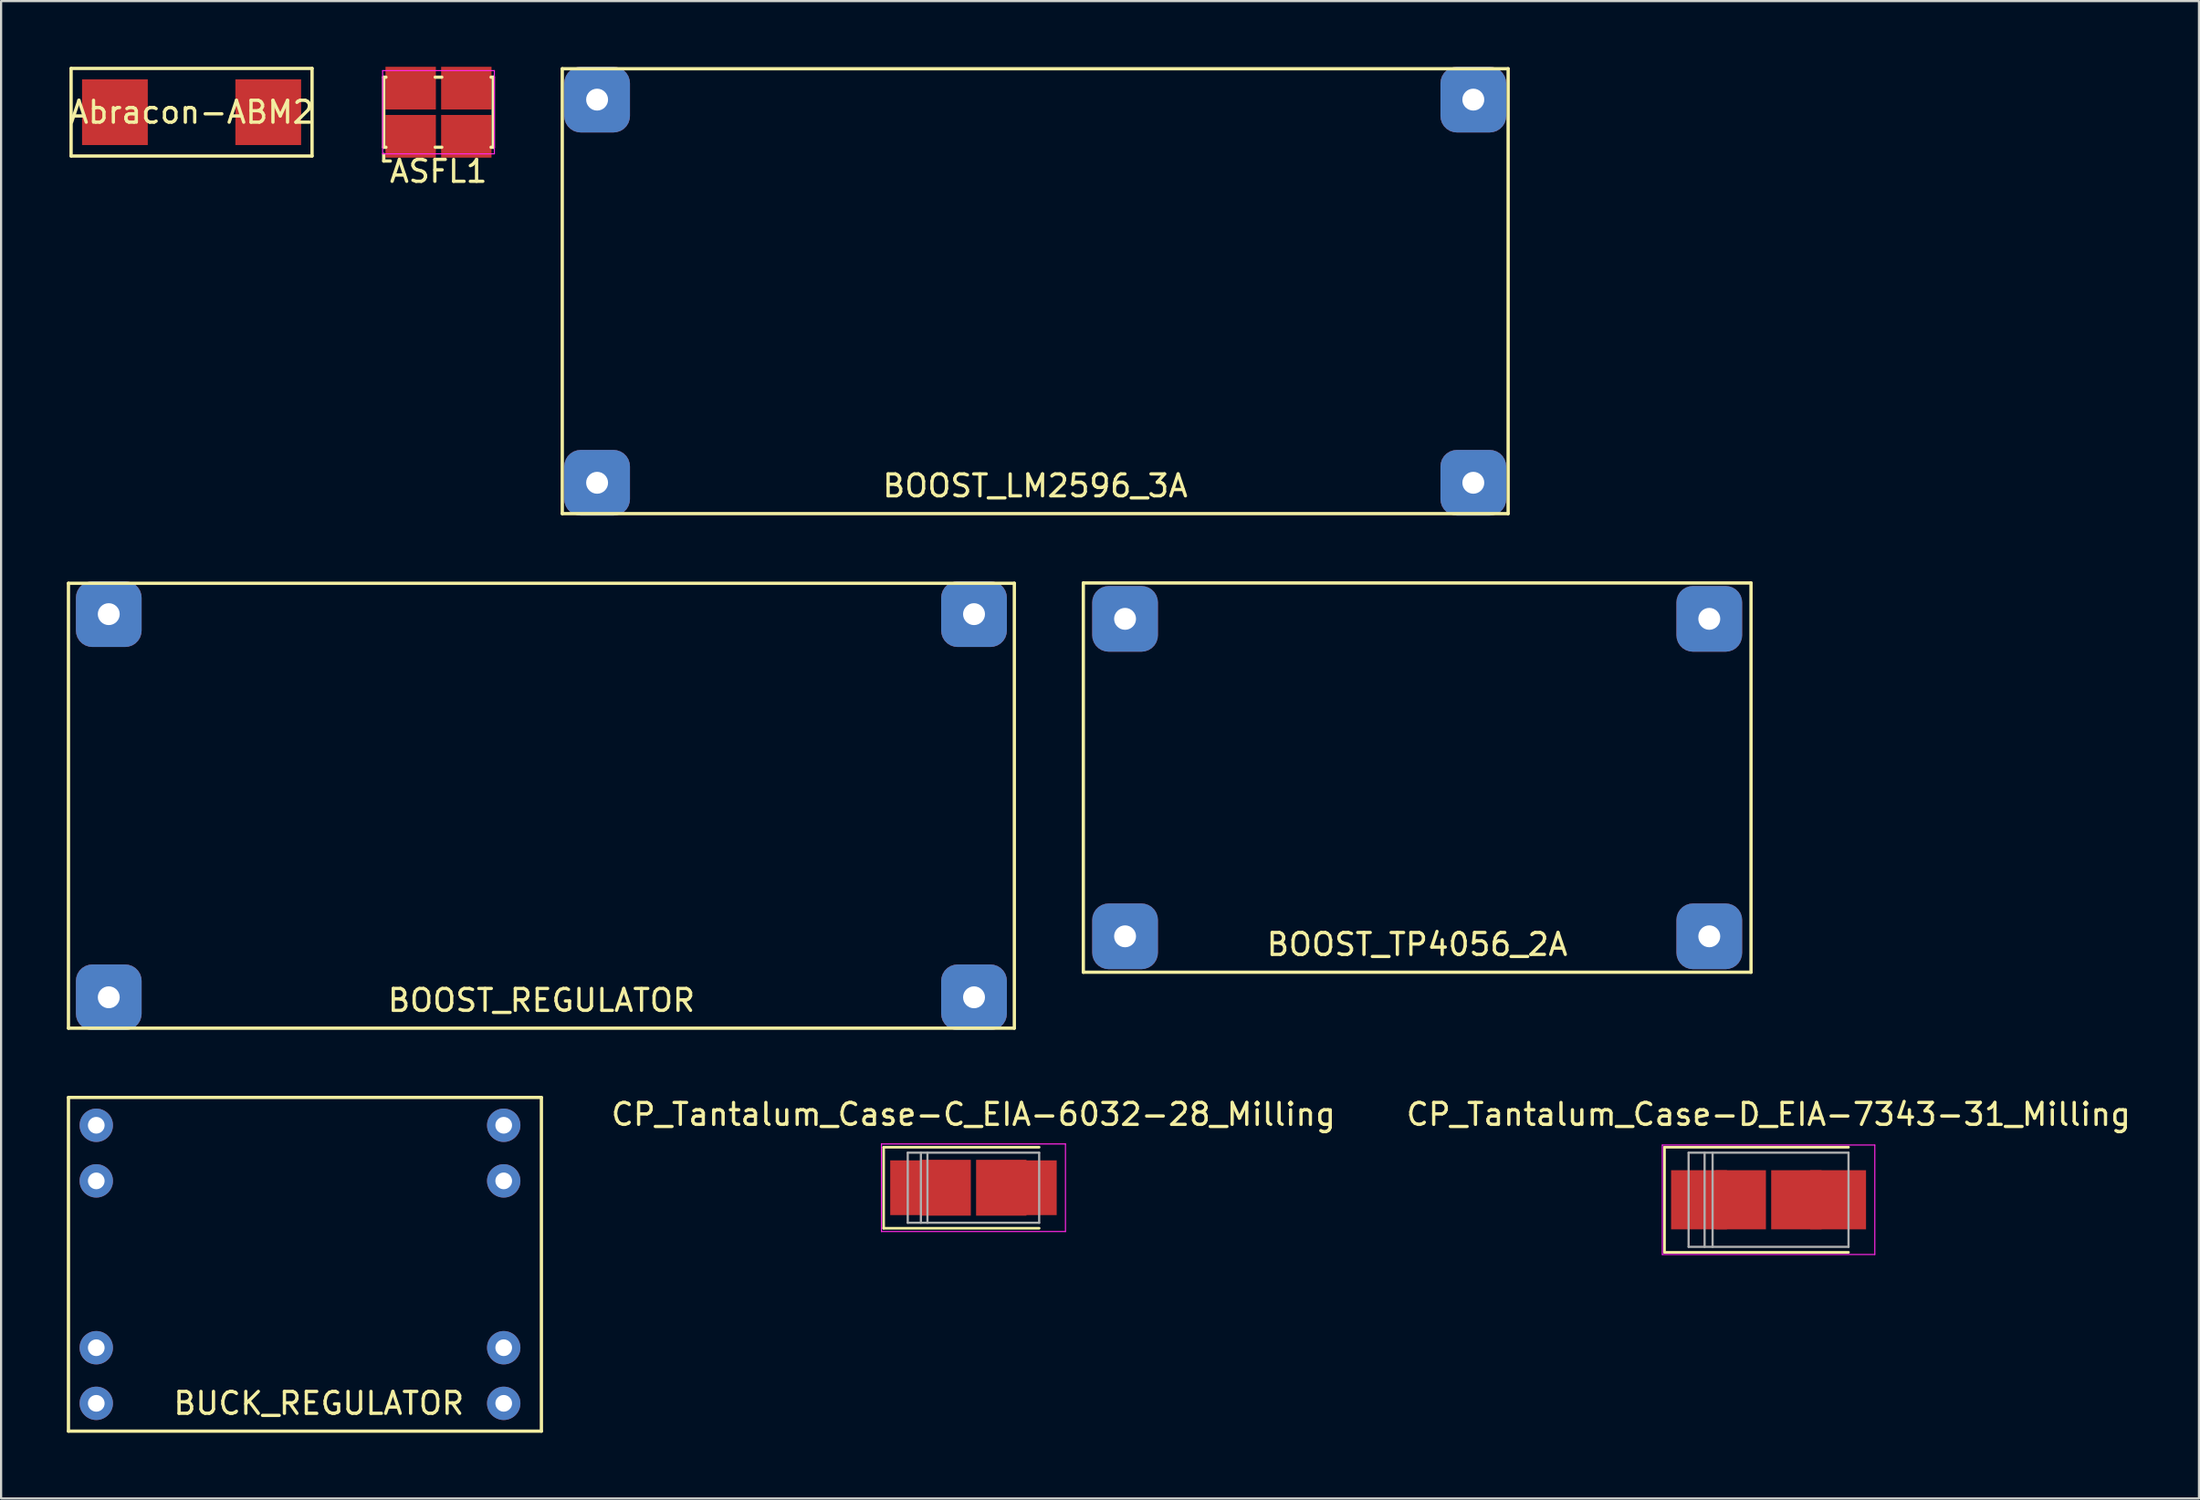
<source format=kicad_pcb>
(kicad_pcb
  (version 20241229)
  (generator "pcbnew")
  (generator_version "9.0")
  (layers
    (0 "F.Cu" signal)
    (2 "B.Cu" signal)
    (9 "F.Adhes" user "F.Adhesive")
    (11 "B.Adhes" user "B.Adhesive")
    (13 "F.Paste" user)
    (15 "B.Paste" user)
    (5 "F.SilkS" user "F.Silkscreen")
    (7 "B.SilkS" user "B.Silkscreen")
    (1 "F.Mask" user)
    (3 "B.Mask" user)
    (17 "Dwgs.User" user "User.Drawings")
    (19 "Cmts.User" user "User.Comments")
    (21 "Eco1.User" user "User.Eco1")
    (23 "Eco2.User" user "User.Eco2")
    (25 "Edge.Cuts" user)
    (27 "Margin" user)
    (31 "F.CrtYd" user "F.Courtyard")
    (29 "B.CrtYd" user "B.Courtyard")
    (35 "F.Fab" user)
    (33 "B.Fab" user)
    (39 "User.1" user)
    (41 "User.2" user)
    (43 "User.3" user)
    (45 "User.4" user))
  (footprint "BOOST_LM2596_3A"
    (layer "F.Cu")
    (at 44.208 10.25)
    (property "Reference" "BOOST_LM2596_3A" (at 0 8.89 0) (layer "F.SilkS") (effects (font (size 1 1) (thickness 0.15))))
    (attr through_hole)
    (fp_line (start -21.59 -10.16) (end 21.59 -10.16) (stroke (width 0.15) (type solid)) (layer "F.SilkS"))
    (fp_line (start -21.59 10.16) (end -21.59 -10.16) (stroke (width 0.15) (type solid)) (layer "F.SilkS"))
    (fp_line (start 21.59 -10.16) (end 21.59 10.16) (stroke (width 0.15) (type solid)) (layer "F.SilkS"))
    (fp_line (start 21.59 10.16) (end -21.59 10.16) (stroke (width 0.15) (type solid)) (layer "F.SilkS"))
    (pad "1" thru_hole roundrect (at -20 -8.75) (size 3 3) (drill 1) (layers "*.Cu" "*.Mask") (roundrect_rratio 0.25))
    (pad "2" thru_hole roundrect (at -20 8.75) (size 3 3) (drill 1) (layers "*.Cu" "*.Mask") (roundrect_rratio 0.25))
    (pad "3" thru_hole roundrect (at 20 -8.75) (size 3 3) (drill 1) (layers "*.Cu" "*.Mask") (roundrect_rratio 0.25))
    (pad "4" thru_hole roundrect (at 20 8.75) (size 3 3) (drill 1) (layers "*.Cu" "*.Mask") (roundrect_rratio 0.25)))
  (footprint "Abracon-ABM2"
    (layer "F.Cu")
    (at 5.696 2.075)
    (property "Reference" "Abracon-ABM2" (at 0 0 0) (layer "F.SilkS") (effects (font (size 1 1) (thickness 0.15))))
    (attr through_hole)
    (fp_line (start -5.5 -2) (end 5.5 -2) (stroke (width 0.15) (type solid)) (layer "F.SilkS"))
    (fp_line (start -5.5 2) (end -5.5 -2) (stroke (width 0.15) (type solid)) (layer "F.SilkS"))
    (fp_line (start 5.5 -2) (end 5.5 2) (stroke (width 0.15) (type solid)) (layer "F.SilkS"))
    (fp_line (start 5.5 2) (end -5.5 2) (stroke (width 0.15) (type solid)) (layer "F.SilkS"))
    (pad "1" smd rect (at -3.5 0) (size 3 3) (layers "F.Cu" "F.Mask" "F.Paste"))
    (pad "2" smd rect (at 3.5 0) (size 3 3) (layers "F.Cu" "F.Mask" "F.Paste")))
  (footprint "BUCK_REGULATOR"
    (layer "F.Cu")
    (at 1.345 48.345)
    (property "Reference" "BUCK_REGULATOR" (at 10.16 12.7 0) (layer "F.SilkS") (effects (font (size 1 1) (thickness 0.15))))
    (attr through_hole)
    (fp_line (start -1.27 -1.27) (end 20.32 -1.27) (stroke (width 0.15) (type solid)) (layer "F.SilkS"))
    (fp_line (start -1.27 13.97) (end -1.27 -1.27) (stroke (width 0.15) (type solid)) (layer "F.SilkS"))
    (fp_line (start 20.32 -1.27) (end 20.32 13.97) (stroke (width 0.15) (type solid)) (layer "F.SilkS"))
    (fp_line (start 20.32 13.97) (end -1.27 13.97) (stroke (width 0.15) (type solid)) (layer "F.SilkS"))
    (pad "1" thru_hole circle (at 0 0) (size 1.524 1.524) (drill 0.762) (layers "*.Cu" "*.Mask"))
    (pad "1" thru_hole circle (at 0 2.54) (size 1.524 1.524) (drill 0.762) (layers "*.Cu" "*.Mask"))
    (pad "2" thru_hole circle (at 0 10.16) (size 1.524 1.524) (drill 0.762) (layers "*.Cu" "*.Mask"))
    (pad "2" thru_hole circle (at 0 12.7) (size 1.524 1.524) (drill 0.762) (layers "*.Cu" "*.Mask"))
    (pad "3" thru_hole circle (at 18.6 0) (size 1.524 1.524) (drill 0.762) (layers "*.Cu" "*.Mask"))
    (pad "3" thru_hole circle (at 18.6 2.54) (size 1.524 1.524) (drill 0.762) (layers "*.Cu" "*.Mask"))
    (pad "4" thru_hole circle (at 18.6 10.16) (size 1.524 1.524) (drill 0.762) (layers "*.Cu" "*.Mask"))
    (pad "4" thru_hole circle (at 18.6 12.7) (size 1.524 1.524) (drill 0.762) (layers "*.Cu" "*.Mask")))
  (footprint "BOOST_TP4056_2A"
    (layer "F.Cu")
    (at 61.645 32.465)
    (property "Reference" "BOOST_TP4056_2A" (at 0 7.62 0) (layer "F.SilkS") (effects (font (size 1 1) (thickness 0.15))))
    (attr through_hole)
    (fp_line (start -15.24 -8.89) (end 15.24 -8.89) (stroke (width 0.15) (type solid)) (layer "F.SilkS"))
    (fp_line (start -15.24 8.89) (end -15.24 -8.89) (stroke (width 0.15) (type solid)) (layer "F.SilkS"))
    (fp_line (start 15.24 -8.89) (end 15.24 8.89) (stroke (width 0.15) (type solid)) (layer "F.SilkS"))
    (fp_line (start 15.24 8.89) (end -15.24 8.89) (stroke (width 0.15) (type solid)) (layer "F.SilkS"))
    (pad "1" thru_hole roundrect (at -13.335 -7.25) (size 3 3) (drill 1) (layers "*.Cu" "*.Mask") (roundrect_rratio 0.25))
    (pad "2" thru_hole roundrect (at -13.335 7.25) (size 3 3) (drill 1) (layers "*.Cu" "*.Mask") (roundrect_rratio 0.25))
    (pad "3" thru_hole roundrect (at 13.335 -7.25) (size 3 3) (drill 1) (layers "*.Cu" "*.Mask") (roundrect_rratio 0.25))
    (pad "4" thru_hole roundrect (at 13.335 7.25) (size 3 3) (drill 1) (layers "*.Cu" "*.Mask") (roundrect_rratio 0.25)))
  (footprint "CP_Tantalum_Case-C_EIA-6032-28_Milling"
    (layer "F.Cu")
    (at 41.389 51.198)
    (property "Reference" "CP_Tantalum_Case-C_EIA-6032-28_Milling" (at 0 -3.35 0) (layer "F.SilkS") (effects (font (size 1 1) (thickness 0.15))))
    (attr smd)
    (fp_line (start -4.1 -1.85) (end -4.1 1.85) (stroke (width 0.12) (type solid)) (layer "F.SilkS"))
    (fp_line (start -4.1 -1.85) (end 3 -1.85) (stroke (width 0.12) (type solid)) (layer "F.SilkS"))
    (fp_line (start -4.1 1.85) (end 3 1.85) (stroke (width 0.12) (type solid)) (layer "F.SilkS"))
    (fp_line (start -4.2 -2) (end -4.2 2) (stroke (width 0.05) (type solid)) (layer "F.CrtYd"))
    (fp_line (start -4.2 2) (end 4.2 2) (stroke (width 0.05) (type solid)) (layer "F.CrtYd"))
    (fp_line (start 4.2 -2) (end -4.2 -2) (stroke (width 0.05) (type solid)) (layer "F.CrtYd"))
    (fp_line (start 4.2 2) (end 4.2 -2) (stroke (width 0.05) (type solid)) (layer "F.CrtYd"))
    (fp_line (start -3 -1.6) (end -3 1.6) (stroke (width 0.1) (type solid)) (layer "F.Fab"))
    (fp_line (start -3 1.6) (end 3 1.6) (stroke (width 0.1) (type solid)) (layer "F.Fab"))
    (fp_line (start -2.4 -1.6) (end -2.4 1.6) (stroke (width 0.1) (type solid)) (layer "F.Fab"))
    (fp_line (start -2.1 -1.6) (end -2.1 1.6) (stroke (width 0.1) (type solid)) (layer "F.Fab"))
    (fp_line (start 3 -1.6) (end -3 -1.6) (stroke (width 0.1) (type solid)) (layer "F.Fab"))
    (fp_line (start 3 1.6) (end 3 -1.6) (stroke (width 0.1) (type solid)) (layer "F.Fab"))
    (pad "1" smd rect (at -2.525 0) (size 2.55 2.5) (layers "F.Cu" "F.Mask" "F.Paste"))
    (pad "1" smd rect (at -1.27 0) (size 2.3 2.55) (layers "F.Cu" "F.Mask" "F.Paste"))
    (pad "2" smd rect (at 1.27 0) (size 2.3 2.55) (layers "F.Cu" "F.Mask" "F.Paste"))
    (pad "2" smd rect (at 2.525 0) (size 2.55 2.5) (layers "F.Cu" "F.Mask" "F.Paste")))
  (footprint "BOOST_REGULATOR"
    (layer "F.Cu")
    (at 21.665 33.75)
    (property "Reference" "BOOST_REGULATOR" (at 0 8.89 0) (layer "F.SilkS") (effects (font (size 1 1) (thickness 0.15))))
    (attr through_hole)
    (fp_line (start -21.59 -10.16) (end 21.59 -10.16) (stroke (width 0.15) (type solid)) (layer "F.SilkS"))
    (fp_line (start -21.59 10.16) (end -21.59 -10.16) (stroke (width 0.15) (type solid)) (layer "F.SilkS"))
    (fp_line (start 21.59 -10.16) (end 21.59 10.16) (stroke (width 0.15) (type solid)) (layer "F.SilkS"))
    (fp_line (start 21.59 10.16) (end -21.59 10.16) (stroke (width 0.15) (type solid)) (layer "F.SilkS"))
    (pad "1" thru_hole roundrect (at -19.75 -8.75) (size 3 3) (drill 1) (layers "*.Cu" "*.Mask") (roundrect_rratio 0.25))
    (pad "2" thru_hole roundrect (at -19.75 8.75) (size 3 3) (drill 1) (layers "*.Cu" "*.Mask") (roundrect_rratio 0.25))
    (pad "3" thru_hole roundrect (at 19.75 -8.75) (size 3 3) (drill 1) (layers "*.Cu" "*.Mask") (roundrect_rratio 0.25))
    (pad "4" thru_hole roundrect (at 19.75 8.75) (size 3 3) (drill 1) (layers "*.Cu" "*.Mask") (roundrect_rratio 0.25)))
  (footprint "ASFL1"
    (layer "F.Cu")
    (at 16.968 2.075)
    (property "Reference" "ASFL1" (at 0 2.7 0) (layer "F.SilkS") (effects (font (size 1 1) (thickness 0.15))))
    (attr smd)
    (fp_line (start -2.5 -1.6) (end -2.5 1.6) (stroke (width 0.15) (type solid)) (layer "F.SilkS"))
    (fp_line (start -2.5 -1.6) (end -2.4 -1.6) (stroke (width 0.15) (type solid)) (layer "F.SilkS"))
    (fp_line (start -2.5 1.6) (end -2.4 1.6) (stroke (width 0.15) (type solid)) (layer "F.SilkS"))
    (fp_line (start -2.5 1.93) (end -2.5 2.23) (stroke (width 0.15) (type solid)) (layer "F.SilkS"))
    (fp_line (start -2.2 2.23) (end -2.5 2.23) (stroke (width 0.15) (type solid)) (layer "F.SilkS"))
    (fp_line (start -0.15 -1.6) (end 0.15 -1.6) (stroke (width 0.15) (type solid)) (layer "F.SilkS"))
    (fp_line (start -0.15 1.6) (end 0.15 1.6) (stroke (width 0.15) (type solid)) (layer "F.SilkS"))
    (fp_line (start 2.4 -1.6) (end 2.5 -1.6) (stroke (width 0.15) (type solid)) (layer "F.SilkS"))
    (fp_line (start 2.4 1.6) (end 2.5 1.6) (stroke (width 0.15) (type solid)) (layer "F.SilkS"))
    (fp_line (start 2.5 1.6) (end 2.5 -1.6) (stroke (width 0.15) (type solid)) (layer "F.SilkS"))
    (fp_line (start -2.55 -1.9) (end -2.55 1.9) (stroke (width 0.05) (type solid)) (layer "F.CrtYd"))
    (fp_line (start -2.55 1.9) (end 2.55 1.9) (stroke (width 0.05) (type solid)) (layer "F.CrtYd"))
    (fp_line (start 2.55 -1.9) (end -2.55 -1.9) (stroke (width 0.05) (type solid)) (layer "F.CrtYd"))
    (fp_line (start 2.55 1.9) (end 2.55 -1.9) (stroke (width 0.05) (type solid)) (layer "F.CrtYd"))
    (pad "1" smd rect (at -1.27 1.1) (size 2.3 1.95) (layers "F.Cu" "F.Mask" "F.Paste"))
    (pad "2" smd rect (at 1.27 1.1) (size 2.3 1.95) (layers "F.Cu" "F.Mask" "F.Paste"))
    (pad "3" smd rect (at 1.27 -1.1) (size 2.3 1.95) (layers "F.Cu" "F.Mask" "F.Paste"))
    (pad "4" smd rect (at -1.27 -1.1) (size 2.3 1.95) (layers "F.Cu" "F.Mask" "F.Paste")))
  (footprint "CP_Tantalum_Case-D_EIA-7343-31_Milling"
    (layer "F.Cu")
    (at 77.686 51.748)
    (property "Reference" "CP_Tantalum_Case-D_EIA-7343-31_Milling" (at 0 -3.9 0) (layer "F.SilkS") (effects (font (size 1 1) (thickness 0.15))))
    (attr smd)
    (fp_line (start -4.75 -2.4) (end -4.75 2.4) (stroke (width 0.12) (type solid)) (layer "F.SilkS"))
    (fp_line (start -4.75 -2.4) (end 3.65 -2.4) (stroke (width 0.12) (type solid)) (layer "F.SilkS"))
    (fp_line (start -4.75 2.4) (end 3.65 2.4) (stroke (width 0.12) (type solid)) (layer "F.SilkS"))
    (fp_line (start -4.85 -2.5) (end -4.85 2.5) (stroke (width 0.05) (type solid)) (layer "F.CrtYd"))
    (fp_line (start -4.85 2.5) (end 4.85 2.5) (stroke (width 0.05) (type solid)) (layer "F.CrtYd"))
    (fp_line (start 4.85 -2.5) (end -4.85 -2.5) (stroke (width 0.05) (type solid)) (layer "F.CrtYd"))
    (fp_line (start 4.85 2.5) (end 4.85 -2.5) (stroke (width 0.05) (type solid)) (layer "F.CrtYd"))
    (fp_line (start -3.65 -2.15) (end -3.65 2.15) (stroke (width 0.1) (type solid)) (layer "F.Fab"))
    (fp_line (start -3.65 2.15) (end 3.65 2.15) (stroke (width 0.1) (type solid)) (layer "F.Fab"))
    (fp_line (start -2.92 -2.15) (end -2.92 2.15) (stroke (width 0.1) (type solid)) (layer "F.Fab"))
    (fp_line (start -2.555 -2.15) (end -2.555 2.15) (stroke (width 0.1) (type solid)) (layer "F.Fab"))
    (fp_line (start 3.65 -2.15) (end -3.65 -2.15) (stroke (width 0.1) (type solid)) (layer "F.Fab"))
    (fp_line (start 3.65 2.15) (end 3.65 -2.15) (stroke (width 0.1) (type solid)) (layer "F.Fab"))
    (pad "1" smd rect (at -3.175 0) (size 2.55 2.7) (layers "F.Cu" "F.Mask" "F.Paste"))
    (pad "1" smd rect (at -1.27 0) (size 2.3 2.7) (layers "F.Cu" "F.Mask" "F.Paste"))
    (pad "2" smd rect (at 1.27 0) (size 2.3 2.7) (layers "F.Cu" "F.Mask" "F.Paste"))
    (pad "2" smd rect (at 3.175 0) (size 2.55 2.7) (layers "F.Cu" "F.Mask" "F.Paste")))
  (gr_rect
    (start -3 -3)
    (end 97.335 65.39)
    (stroke (width 0.1) (type default))
    (fill no)
    (layer "Edge.Cuts")))
</source>
